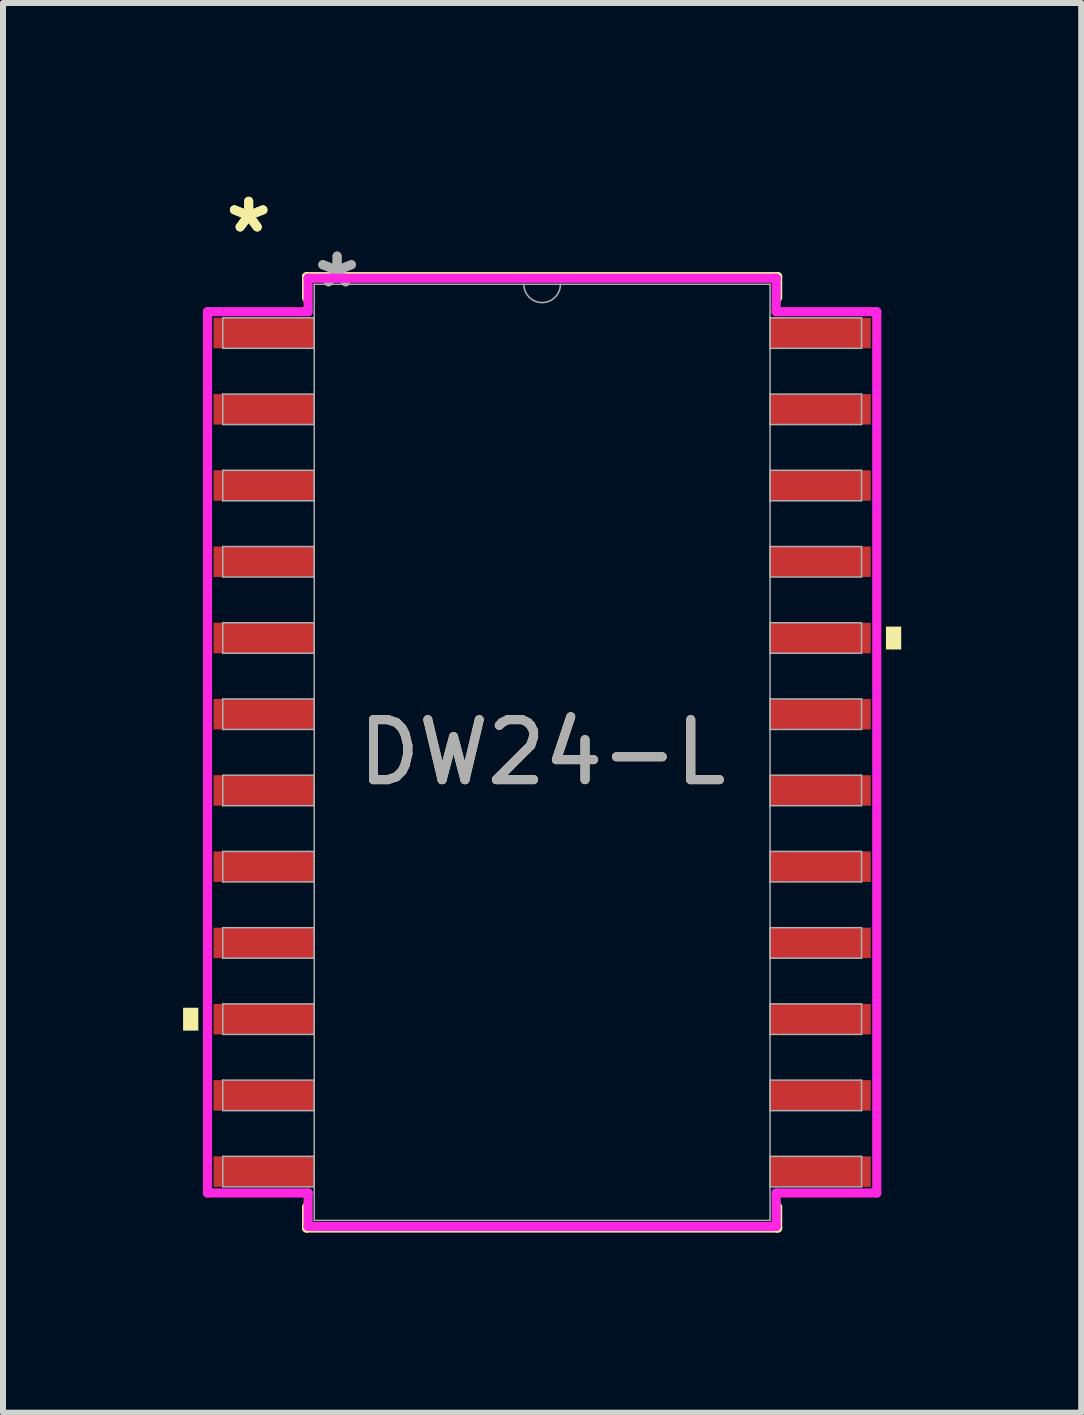
<source format=kicad_pcb>
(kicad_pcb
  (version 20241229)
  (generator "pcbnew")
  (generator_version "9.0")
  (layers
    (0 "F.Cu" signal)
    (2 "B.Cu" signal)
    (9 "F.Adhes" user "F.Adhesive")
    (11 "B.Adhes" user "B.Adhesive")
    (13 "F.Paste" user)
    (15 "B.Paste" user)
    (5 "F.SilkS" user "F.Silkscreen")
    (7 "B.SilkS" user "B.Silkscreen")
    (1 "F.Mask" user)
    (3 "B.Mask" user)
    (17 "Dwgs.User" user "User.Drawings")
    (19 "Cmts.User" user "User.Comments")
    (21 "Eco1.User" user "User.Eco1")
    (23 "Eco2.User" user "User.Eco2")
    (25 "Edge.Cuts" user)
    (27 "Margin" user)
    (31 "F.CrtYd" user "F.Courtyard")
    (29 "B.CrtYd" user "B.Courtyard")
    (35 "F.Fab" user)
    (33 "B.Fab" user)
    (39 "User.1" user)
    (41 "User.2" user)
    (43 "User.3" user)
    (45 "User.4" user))
  (footprint "DW24-L"
    (layer "F.Cu")
    (at 5.982 9.484)
    (property "Reference" "DW24-L" (at 0 0 0) (unlocked yes) (layer "F.SilkS") (effects (font (size 1 1) (thickness 0.15))))
    (attr smd)
    (fp_line (start -3.924 -7.925) (end -3.924 -7.572) (stroke (width 0.152) (type solid)) (layer "F.SilkS"))
    (fp_line (start -3.924 7.572) (end -3.924 7.925) (stroke (width 0.152) (type solid)) (layer "F.SilkS"))
    (fp_line (start -3.924 7.925) (end 3.924 7.925) (stroke (width 0.152) (type solid)) (layer "F.SilkS"))
    (fp_line (start 3.924 -7.925) (end -3.924 -7.925) (stroke (width 0.152) (type solid)) (layer "F.SilkS"))
    (fp_line (start 3.924 -7.572) (end 3.924 -7.925) (stroke (width 0.152) (type solid)) (layer "F.SilkS"))
    (fp_line (start 3.924 7.925) (end 3.924 7.572) (stroke (width 0.152) (type solid)) (layer "F.SilkS"))
    (fp_poly (pts (xy -5.982 4.255) (xy -5.982 4.636) (xy -5.728 4.636) (xy -5.728 4.255)) (stroke (width 0) (type solid)) (fill yes) (layer "F.SilkS"))
    (fp_poly (pts (xy 5.982 -2.095) (xy 5.982 -1.714) (xy 5.728 -1.714) (xy 5.728 -2.095)) (stroke (width 0) (type solid)) (fill yes) (layer "F.SilkS"))
    (fp_line (start -5.575 -7.341) (end -3.899 -7.341) (stroke (width 0.152) (type solid)) (layer "F.CrtYd"))
    (fp_line (start -5.575 7.341) (end -5.575 -7.341) (stroke (width 0.152) (type solid)) (layer "F.CrtYd"))
    (fp_line (start -5.575 7.341) (end -3.899 7.341) (stroke (width 0.152) (type solid)) (layer "F.CrtYd"))
    (fp_line (start -3.899 -7.899) (end 3.899 -7.899) (stroke (width 0.152) (type solid)) (layer "F.CrtYd"))
    (fp_line (start -3.899 -7.341) (end -3.899 -7.899) (stroke (width 0.152) (type solid)) (layer "F.CrtYd"))
    (fp_line (start -3.899 7.899) (end -3.899 7.341) (stroke (width 0.152) (type solid)) (layer "F.CrtYd"))
    (fp_line (start 3.899 -7.899) (end 3.899 -7.341) (stroke (width 0.152) (type solid)) (layer "F.CrtYd"))
    (fp_line (start 3.899 7.341) (end 3.899 7.899) (stroke (width 0.152) (type solid)) (layer "F.CrtYd"))
    (fp_line (start 3.899 7.899) (end -3.899 7.899) (stroke (width 0.152) (type solid)) (layer "F.CrtYd"))
    (fp_line (start 5.575 -7.341) (end 3.899 -7.341) (stroke (width 0.152) (type solid)) (layer "F.CrtYd"))
    (fp_line (start 5.575 -7.341) (end 5.575 7.341) (stroke (width 0.152) (type solid)) (layer "F.CrtYd"))
    (fp_line (start 5.575 7.341) (end 3.899 7.341) (stroke (width 0.152) (type solid)) (layer "F.CrtYd"))
    (fp_line (start -5.321 -7.239) (end -5.321 -6.731) (stroke (width 0.025) (type solid)) (layer "F.Fab"))
    (fp_line (start -5.321 -6.731) (end -3.797 -6.731) (stroke (width 0.025) (type solid)) (layer "F.Fab"))
    (fp_line (start -5.321 -5.969) (end -5.321 -5.461) (stroke (width 0.025) (type solid)) (layer "F.Fab"))
    (fp_line (start -5.321 -5.461) (end -3.797 -5.461) (stroke (width 0.025) (type solid)) (layer "F.Fab"))
    (fp_line (start -5.321 -4.699) (end -5.321 -4.191) (stroke (width 0.025) (type solid)) (layer "F.Fab"))
    (fp_line (start -5.321 -4.191) (end -3.797 -4.191) (stroke (width 0.025) (type solid)) (layer "F.Fab"))
    (fp_line (start -5.321 -3.429) (end -5.321 -2.921) (stroke (width 0.025) (type solid)) (layer "F.Fab"))
    (fp_line (start -5.321 -2.921) (end -3.797 -2.921) (stroke (width 0.025) (type solid)) (layer "F.Fab"))
    (fp_line (start -5.321 -2.159) (end -5.321 -1.651) (stroke (width 0.025) (type solid)) (layer "F.Fab"))
    (fp_line (start -5.321 -1.651) (end -3.797 -1.651) (stroke (width 0.025) (type solid)) (layer "F.Fab"))
    (fp_line (start -5.321 -0.889) (end -5.321 -0.381) (stroke (width 0.025) (type solid)) (layer "F.Fab"))
    (fp_line (start -5.321 -0.381) (end -3.797 -0.381) (stroke (width 0.025) (type solid)) (layer "F.Fab"))
    (fp_line (start -5.321 0.381) (end -5.321 0.889) (stroke (width 0.025) (type solid)) (layer "F.Fab"))
    (fp_line (start -5.321 0.889) (end -3.797 0.889) (stroke (width 0.025) (type solid)) (layer "F.Fab"))
    (fp_line (start -5.321 1.651) (end -5.321 2.159) (stroke (width 0.025) (type solid)) (layer "F.Fab"))
    (fp_line (start -5.321 2.159) (end -3.797 2.159) (stroke (width 0.025) (type solid)) (layer "F.Fab"))
    (fp_line (start -5.321 2.921) (end -5.321 3.429) (stroke (width 0.025) (type solid)) (layer "F.Fab"))
    (fp_line (start -5.321 3.429) (end -3.797 3.429) (stroke (width 0.025) (type solid)) (layer "F.Fab"))
    (fp_line (start -5.321 4.191) (end -5.321 4.699) (stroke (width 0.025) (type solid)) (layer "F.Fab"))
    (fp_line (start -5.321 4.699) (end -3.797 4.699) (stroke (width 0.025) (type solid)) (layer "F.Fab"))
    (fp_line (start -5.321 5.461) (end -5.321 5.969) (stroke (width 0.025) (type solid)) (layer "F.Fab"))
    (fp_line (start -5.321 5.969) (end -3.797 5.969) (stroke (width 0.025) (type solid)) (layer "F.Fab"))
    (fp_line (start -5.321 6.731) (end -5.321 7.239) (stroke (width 0.025) (type solid)) (layer "F.Fab"))
    (fp_line (start -5.321 7.239) (end -3.797 7.239) (stroke (width 0.025) (type solid)) (layer "F.Fab"))
    (fp_line (start -3.797 -7.798) (end -3.797 7.798) (stroke (width 0.025) (type solid)) (layer "F.Fab"))
    (fp_line (start -3.797 -7.239) (end -5.321 -7.239) (stroke (width 0.025) (type solid)) (layer "F.Fab"))
    (fp_line (start -3.797 -6.731) (end -3.797 -7.239) (stroke (width 0.025) (type solid)) (layer "F.Fab"))
    (fp_line (start -3.797 -5.969) (end -5.321 -5.969) (stroke (width 0.025) (type solid)) (layer "F.Fab"))
    (fp_line (start -3.797 -5.461) (end -3.797 -5.969) (stroke (width 0.025) (type solid)) (layer "F.Fab"))
    (fp_line (start -3.797 -4.699) (end -5.321 -4.699) (stroke (width 0.025) (type solid)) (layer "F.Fab"))
    (fp_line (start -3.797 -4.191) (end -3.797 -4.699) (stroke (width 0.025) (type solid)) (layer "F.Fab"))
    (fp_line (start -3.797 -3.429) (end -5.321 -3.429) (stroke (width 0.025) (type solid)) (layer "F.Fab"))
    (fp_line (start -3.797 -2.921) (end -3.797 -3.429) (stroke (width 0.025) (type solid)) (layer "F.Fab"))
    (fp_line (start -3.797 -2.159) (end -5.321 -2.159) (stroke (width 0.025) (type solid)) (layer "F.Fab"))
    (fp_line (start -3.797 -1.651) (end -3.797 -2.159) (stroke (width 0.025) (type solid)) (layer "F.Fab"))
    (fp_line (start -3.797 -0.889) (end -5.321 -0.889) (stroke (width 0.025) (type solid)) (layer "F.Fab"))
    (fp_line (start -3.797 -0.381) (end -3.797 -0.889) (stroke (width 0.025) (type solid)) (layer "F.Fab"))
    (fp_line (start -3.797 0.381) (end -5.321 0.381) (stroke (width 0.025) (type solid)) (layer "F.Fab"))
    (fp_line (start -3.797 0.889) (end -3.797 0.381) (stroke (width 0.025) (type solid)) (layer "F.Fab"))
    (fp_line (start -3.797 1.651) (end -5.321 1.651) (stroke (width 0.025) (type solid)) (layer "F.Fab"))
    (fp_line (start -3.797 2.159) (end -3.797 1.651) (stroke (width 0.025) (type solid)) (layer "F.Fab"))
    (fp_line (start -3.797 2.921) (end -5.321 2.921) (stroke (width 0.025) (type solid)) (layer "F.Fab"))
    (fp_line (start -3.797 3.429) (end -3.797 2.921) (stroke (width 0.025) (type solid)) (layer "F.Fab"))
    (fp_line (start -3.797 4.191) (end -5.321 4.191) (stroke (width 0.025) (type solid)) (layer "F.Fab"))
    (fp_line (start -3.797 4.699) (end -3.797 4.191) (stroke (width 0.025) (type solid)) (layer "F.Fab"))
    (fp_line (start -3.797 5.461) (end -5.321 5.461) (stroke (width 0.025) (type solid)) (layer "F.Fab"))
    (fp_line (start -3.797 5.969) (end -3.797 5.461) (stroke (width 0.025) (type solid)) (layer "F.Fab"))
    (fp_line (start -3.797 6.731) (end -5.321 6.731) (stroke (width 0.025) (type solid)) (layer "F.Fab"))
    (fp_line (start -3.797 7.239) (end -3.797 6.731) (stroke (width 0.025) (type solid)) (layer "F.Fab"))
    (fp_line (start -3.797 7.798) (end 3.797 7.798) (stroke (width 0.025) (type solid)) (layer "F.Fab"))
    (fp_line (start 3.797 -7.798) (end -3.797 -7.798) (stroke (width 0.025) (type solid)) (layer "F.Fab"))
    (fp_line (start 3.797 -7.239) (end 3.797 -6.731) (stroke (width 0.025) (type solid)) (layer "F.Fab"))
    (fp_line (start 3.797 -6.731) (end 5.321 -6.731) (stroke (width 0.025) (type solid)) (layer "F.Fab"))
    (fp_line (start 3.797 -5.969) (end 3.797 -5.461) (stroke (width 0.025) (type solid)) (layer "F.Fab"))
    (fp_line (start 3.797 -5.461) (end 5.321 -5.461) (stroke (width 0.025) (type solid)) (layer "F.Fab"))
    (fp_line (start 3.797 -4.699) (end 3.797 -4.191) (stroke (width 0.025) (type solid)) (layer "F.Fab"))
    (fp_line (start 3.797 -4.191) (end 5.321 -4.191) (stroke (width 0.025) (type solid)) (layer "F.Fab"))
    (fp_line (start 3.797 -3.429) (end 3.797 -2.921) (stroke (width 0.025) (type solid)) (layer "F.Fab"))
    (fp_line (start 3.797 -2.921) (end 5.321 -2.921) (stroke (width 0.025) (type solid)) (layer "F.Fab"))
    (fp_line (start 3.797 -2.159) (end 3.797 -1.651) (stroke (width 0.025) (type solid)) (layer "F.Fab"))
    (fp_line (start 3.797 -1.651) (end 5.321 -1.651) (stroke (width 0.025) (type solid)) (layer "F.Fab"))
    (fp_line (start 3.797 -0.889) (end 3.797 -0.381) (stroke (width 0.025) (type solid)) (layer "F.Fab"))
    (fp_line (start 3.797 -0.381) (end 5.321 -0.381) (stroke (width 0.025) (type solid)) (layer "F.Fab"))
    (fp_line (start 3.797 0.381) (end 3.797 0.889) (stroke (width 0.025) (type solid)) (layer "F.Fab"))
    (fp_line (start 3.797 0.889) (end 5.321 0.889) (stroke (width 0.025) (type solid)) (layer "F.Fab"))
    (fp_line (start 3.797 1.651) (end 3.797 2.159) (stroke (width 0.025) (type solid)) (layer "F.Fab"))
    (fp_line (start 3.797 2.159) (end 5.321 2.159) (stroke (width 0.025) (type solid)) (layer "F.Fab"))
    (fp_line (start 3.797 2.921) (end 3.797 3.429) (stroke (width 0.025) (type solid)) (layer "F.Fab"))
    (fp_line (start 3.797 3.429) (end 5.321 3.429) (stroke (width 0.025) (type solid)) (layer "F.Fab"))
    (fp_line (start 3.797 4.191) (end 3.797 4.699) (stroke (width 0.025) (type solid)) (layer "F.Fab"))
    (fp_line (start 3.797 4.699) (end 5.321 4.699) (stroke (width 0.025) (type solid)) (layer "F.Fab"))
    (fp_line (start 3.797 5.461) (end 3.797 5.969) (stroke (width 0.025) (type solid)) (layer "F.Fab"))
    (fp_line (start 3.797 5.969) (end 5.321 5.969) (stroke (width 0.025) (type solid)) (layer "F.Fab"))
    (fp_line (start 3.797 6.731) (end 3.797 7.239) (stroke (width 0.025) (type solid)) (layer "F.Fab"))
    (fp_line (start 3.797 7.239) (end 5.321 7.239) (stroke (width 0.025) (type solid)) (layer "F.Fab"))
    (fp_line (start 3.797 7.798) (end 3.797 -7.798) (stroke (width 0.025) (type solid)) (layer "F.Fab"))
    (fp_line (start 5.321 -7.239) (end 3.797 -7.239) (stroke (width 0.025) (type solid)) (layer "F.Fab"))
    (fp_line (start 5.321 -6.731) (end 5.321 -7.239) (stroke (width 0.025) (type solid)) (layer "F.Fab"))
    (fp_line (start 5.321 -5.969) (end 3.797 -5.969) (stroke (width 0.025) (type solid)) (layer "F.Fab"))
    (fp_line (start 5.321 -5.461) (end 5.321 -5.969) (stroke (width 0.025) (type solid)) (layer "F.Fab"))
    (fp_line (start 5.321 -4.699) (end 3.797 -4.699) (stroke (width 0.025) (type solid)) (layer "F.Fab"))
    (fp_line (start 5.321 -4.191) (end 5.321 -4.699) (stroke (width 0.025) (type solid)) (layer "F.Fab"))
    (fp_line (start 5.321 -3.429) (end 3.797 -3.429) (stroke (width 0.025) (type solid)) (layer "F.Fab"))
    (fp_line (start 5.321 -2.921) (end 5.321 -3.429) (stroke (width 0.025) (type solid)) (layer "F.Fab"))
    (fp_line (start 5.321 -2.159) (end 3.797 -2.159) (stroke (width 0.025) (type solid)) (layer "F.Fab"))
    (fp_line (start 5.321 -1.651) (end 5.321 -2.159) (stroke (width 0.025) (type solid)) (layer "F.Fab"))
    (fp_line (start 5.321 -0.889) (end 3.797 -0.889) (stroke (width 0.025) (type solid)) (layer "F.Fab"))
    (fp_line (start 5.321 -0.381) (end 5.321 -0.889) (stroke (width 0.025) (type solid)) (layer "F.Fab"))
    (fp_line (start 5.321 0.381) (end 3.797 0.381) (stroke (width 0.025) (type solid)) (layer "F.Fab"))
    (fp_line (start 5.321 0.889) (end 5.321 0.381) (stroke (width 0.025) (type solid)) (layer "F.Fab"))
    (fp_line (start 5.321 1.651) (end 3.797 1.651) (stroke (width 0.025) (type solid)) (layer "F.Fab"))
    (fp_line (start 5.321 2.159) (end 5.321 1.651) (stroke (width 0.025) (type solid)) (layer "F.Fab"))
    (fp_line (start 5.321 2.921) (end 3.797 2.921) (stroke (width 0.025) (type solid)) (layer "F.Fab"))
    (fp_line (start 5.321 3.429) (end 5.321 2.921) (stroke (width 0.025) (type solid)) (layer "F.Fab"))
    (fp_line (start 5.321 4.191) (end 3.797 4.191) (stroke (width 0.025) (type solid)) (layer "F.Fab"))
    (fp_line (start 5.321 4.699) (end 5.321 4.191) (stroke (width 0.025) (type solid)) (layer "F.Fab"))
    (fp_line (start 5.321 5.461) (end 3.797 5.461) (stroke (width 0.025) (type solid)) (layer "F.Fab"))
    (fp_line (start 5.321 5.969) (end 5.321 5.461) (stroke (width 0.025) (type solid)) (layer "F.Fab"))
    (fp_line (start 5.321 6.731) (end 3.797 6.731) (stroke (width 0.025) (type solid)) (layer "F.Fab"))
    (fp_line (start 5.321 7.239) (end 5.321 6.731) (stroke (width 0.025) (type solid)) (layer "F.Fab"))
    (fp_arc (start 0.3048 -7.7978) (mid 0 -7.493) (end -0.3048 -7.7978) (stroke (width 0.0254) (type solid)) (layer "F.Fab"))
    (fp_text user "*" (at -4.889 -8.636 0) (layer "F.SilkS") (effects (font (size 1 1) (thickness 0.15))))
    (fp_text user "*" (at -4.889 -8.636 0) (unlocked yes) (layer "F.SilkS") (effects (font (size 1 1) (thickness 0.15))))
    (fp_text user "${REFERENCE}" (at 0 0 0) (unlocked yes) (layer "F.Fab") (effects (font (size 1 1) (thickness 0.15))))
    (fp_text user "*" (at -3.416 -7.722 0) (unlocked yes) (layer "F.Fab") (effects (font (size 1 1) (thickness 0.15))))
    (fp_text user "*" (at -3.416 -7.722 0) (layer "F.Fab") (effects (font (size 1 1) (thickness 0.15))))
    (pad "1" smd rect (at -4.636 -6.985) (size 1.676 0.508) (layers "F.Cu" "F.Mask" "F.Paste"))
    (pad "2" smd rect (at -4.636 -5.715) (size 1.676 0.508) (layers "F.Cu" "F.Mask" "F.Paste"))
    (pad "3" smd rect (at -4.636 -4.445) (size 1.676 0.508) (layers "F.Cu" "F.Mask" "F.Paste"))
    (pad "4" smd rect (at -4.636 -3.175) (size 1.676 0.508) (layers "F.Cu" "F.Mask" "F.Paste"))
    (pad "5" smd rect (at -4.636 -1.905) (size 1.676 0.508) (layers "F.Cu" "F.Mask" "F.Paste"))
    (pad "6" smd rect (at -4.636 -0.635) (size 1.676 0.508) (layers "F.Cu" "F.Mask" "F.Paste"))
    (pad "7" smd rect (at -4.636 0.635) (size 1.676 0.508) (layers "F.Cu" "F.Mask" "F.Paste"))
    (pad "8" smd rect (at -4.636 1.905) (size 1.676 0.508) (layers "F.Cu" "F.Mask" "F.Paste"))
    (pad "9" smd rect (at -4.636 3.175) (size 1.676 0.508) (layers "F.Cu" "F.Mask" "F.Paste"))
    (pad "10" smd rect (at -4.636 4.445) (size 1.676 0.508) (layers "F.Cu" "F.Mask" "F.Paste"))
    (pad "11" smd rect (at -4.636 5.715) (size 1.676 0.508) (layers "F.Cu" "F.Mask" "F.Paste"))
    (pad "12" smd rect (at -4.636 6.985) (size 1.676 0.508) (layers "F.Cu" "F.Mask" "F.Paste"))
    (pad "13" smd rect (at 4.636 6.985) (size 1.676 0.508) (layers "F.Cu" "F.Mask" "F.Paste"))
    (pad "14" smd rect (at 4.636 5.715) (size 1.676 0.508) (layers "F.Cu" "F.Mask" "F.Paste"))
    (pad "15" smd rect (at 4.636 4.445) (size 1.676 0.508) (layers "F.Cu" "F.Mask" "F.Paste"))
    (pad "16" smd rect (at 4.636 3.175) (size 1.676 0.508) (layers "F.Cu" "F.Mask" "F.Paste"))
    (pad "17" smd rect (at 4.636 1.905) (size 1.676 0.508) (layers "F.Cu" "F.Mask" "F.Paste"))
    (pad "18" smd rect (at 4.636 0.635) (size 1.676 0.508) (layers "F.Cu" "F.Mask" "F.Paste"))
    (pad "19" smd rect (at 4.636 -0.635) (size 1.676 0.508) (layers "F.Cu" "F.Mask" "F.Paste"))
    (pad "20" smd rect (at 4.636 -1.905) (size 1.676 0.508) (layers "F.Cu" "F.Mask" "F.Paste"))
    (pad "21" smd rect (at 4.636 -3.175) (size 1.676 0.508) (layers "F.Cu" "F.Mask" "F.Paste"))
    (pad "22" smd rect (at 4.636 -4.445) (size 1.676 0.508) (layers "F.Cu" "F.Mask" "F.Paste"))
    (pad "23" smd rect (at 4.636 -5.715) (size 1.676 0.508) (layers "F.Cu" "F.Mask" "F.Paste"))
    (pad "24" smd rect (at 4.636 -6.985) (size 1.676 0.508) (layers "F.Cu" "F.Mask" "F.Paste")))
  (gr_rect
    (start -3 -3)
    (end 14.963 20.485)
    (stroke (width 0.1) (type default))
    (fill no)
    (layer "Edge.Cuts")))
</source>
